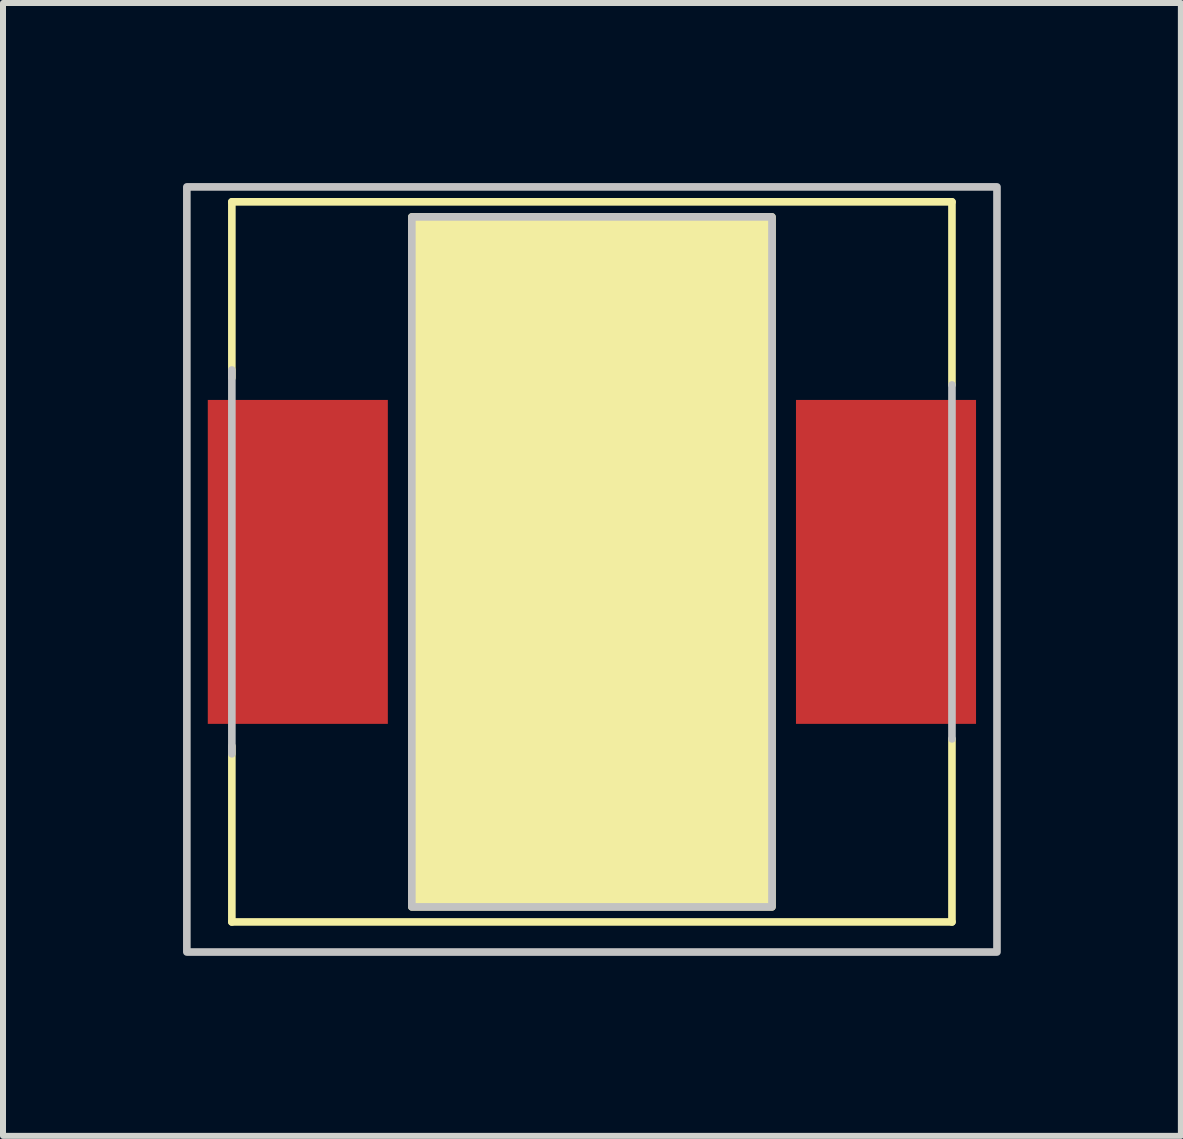
<source format=kicad_pcb>
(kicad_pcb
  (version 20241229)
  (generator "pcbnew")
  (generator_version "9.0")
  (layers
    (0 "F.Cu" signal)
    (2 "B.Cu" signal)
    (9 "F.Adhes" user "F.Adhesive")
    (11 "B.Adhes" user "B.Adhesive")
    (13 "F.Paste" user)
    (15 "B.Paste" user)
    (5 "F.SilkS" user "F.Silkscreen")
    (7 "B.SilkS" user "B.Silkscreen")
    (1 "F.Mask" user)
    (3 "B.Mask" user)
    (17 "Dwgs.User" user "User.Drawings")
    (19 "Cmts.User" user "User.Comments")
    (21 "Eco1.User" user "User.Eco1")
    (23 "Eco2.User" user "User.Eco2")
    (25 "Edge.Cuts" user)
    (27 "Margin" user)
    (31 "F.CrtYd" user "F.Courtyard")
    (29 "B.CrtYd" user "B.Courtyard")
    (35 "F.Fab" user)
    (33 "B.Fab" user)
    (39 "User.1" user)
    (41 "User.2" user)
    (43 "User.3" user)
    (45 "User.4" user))
  (footprint "WE"
    (layer "F.Cu")
    (at 6.812 6.312)
    (property "Reference" "WE" (at 0 0.5 0) (layer "F.SilkS") (effects (font (size 1 1) (thickness 0.15))))
    (attr through_hole)
    (fp_line (start -5.999 -5.999) (end 5.999 -5.999) (stroke (width 0.127) (type solid)) (layer "F.SilkS"))
    (fp_line (start -5.999 -3.068) (end -5.999 -5.999) (stroke (width 0.127) (type solid)) (layer "F.SilkS"))
    (fp_line (start -5.999 5.999) (end -5.999 3.068) (stroke (width 0.127) (type solid)) (layer "F.SilkS"))
    (fp_line (start 5.999 -2.949) (end 5.999 -5.999) (stroke (width 0.127) (type solid)) (layer "F.SilkS"))
    (fp_line (start 5.999 5.999) (end -5.999 5.999) (stroke (width 0.127) (type solid)) (layer "F.SilkS"))
    (fp_line (start 5.999 5.999) (end 5.999 2.949) (stroke (width 0.127) (type solid)) (layer "F.SilkS"))
    (fp_poly (pts (xy -3 5.748) (xy -3 -5.748) (xy 3 -5.748) (xy 3 5.748) (xy -3 5.748)) (stroke (width 0.127) (type solid)) (fill yes) (layer "F.SilkS"))
    (fp_line (start -5.999 3.198) (end -5.999 -3.198) (stroke (width 0.127) (type solid)) (layer "Dwgs.User"))
    (fp_line (start 5.999 2.949) (end 5.999 -2.949) (stroke (width 0.127) (type solid)) (layer "Dwgs.User"))
    (fp_poly (pts (xy -6.749 6.5) (xy -6.749 -6.248) (xy 6.749 -6.248) (xy 6.749 6.5) (xy -6.749 6.5)) (stroke (width 0.127) (type solid)) (fill no) (layer "Dwgs.User"))
    (fp_poly (pts (xy -3 5.748) (xy -3 -5.748) (xy 3 -5.748) (xy 3 5.748) (xy -3 5.748)) (stroke (width 0.127) (type solid)) (fill no) (layer "Dwgs.User"))
    (pad "1" smd rect (at -4.9 0 90) (size 5.397 3) (layers "F.Cu" "F.Mask" "F.Paste"))
    (pad "2" smd rect (at 4.9 0 90) (size 5.397 3) (layers "F.Cu" "F.Mask" "F.Paste")))
  (gr_rect
    (start -3 -3)
    (end 16.625 15.875)
    (stroke (width 0.1) (type default))
    (fill no)
    (layer "Edge.Cuts")))
</source>
